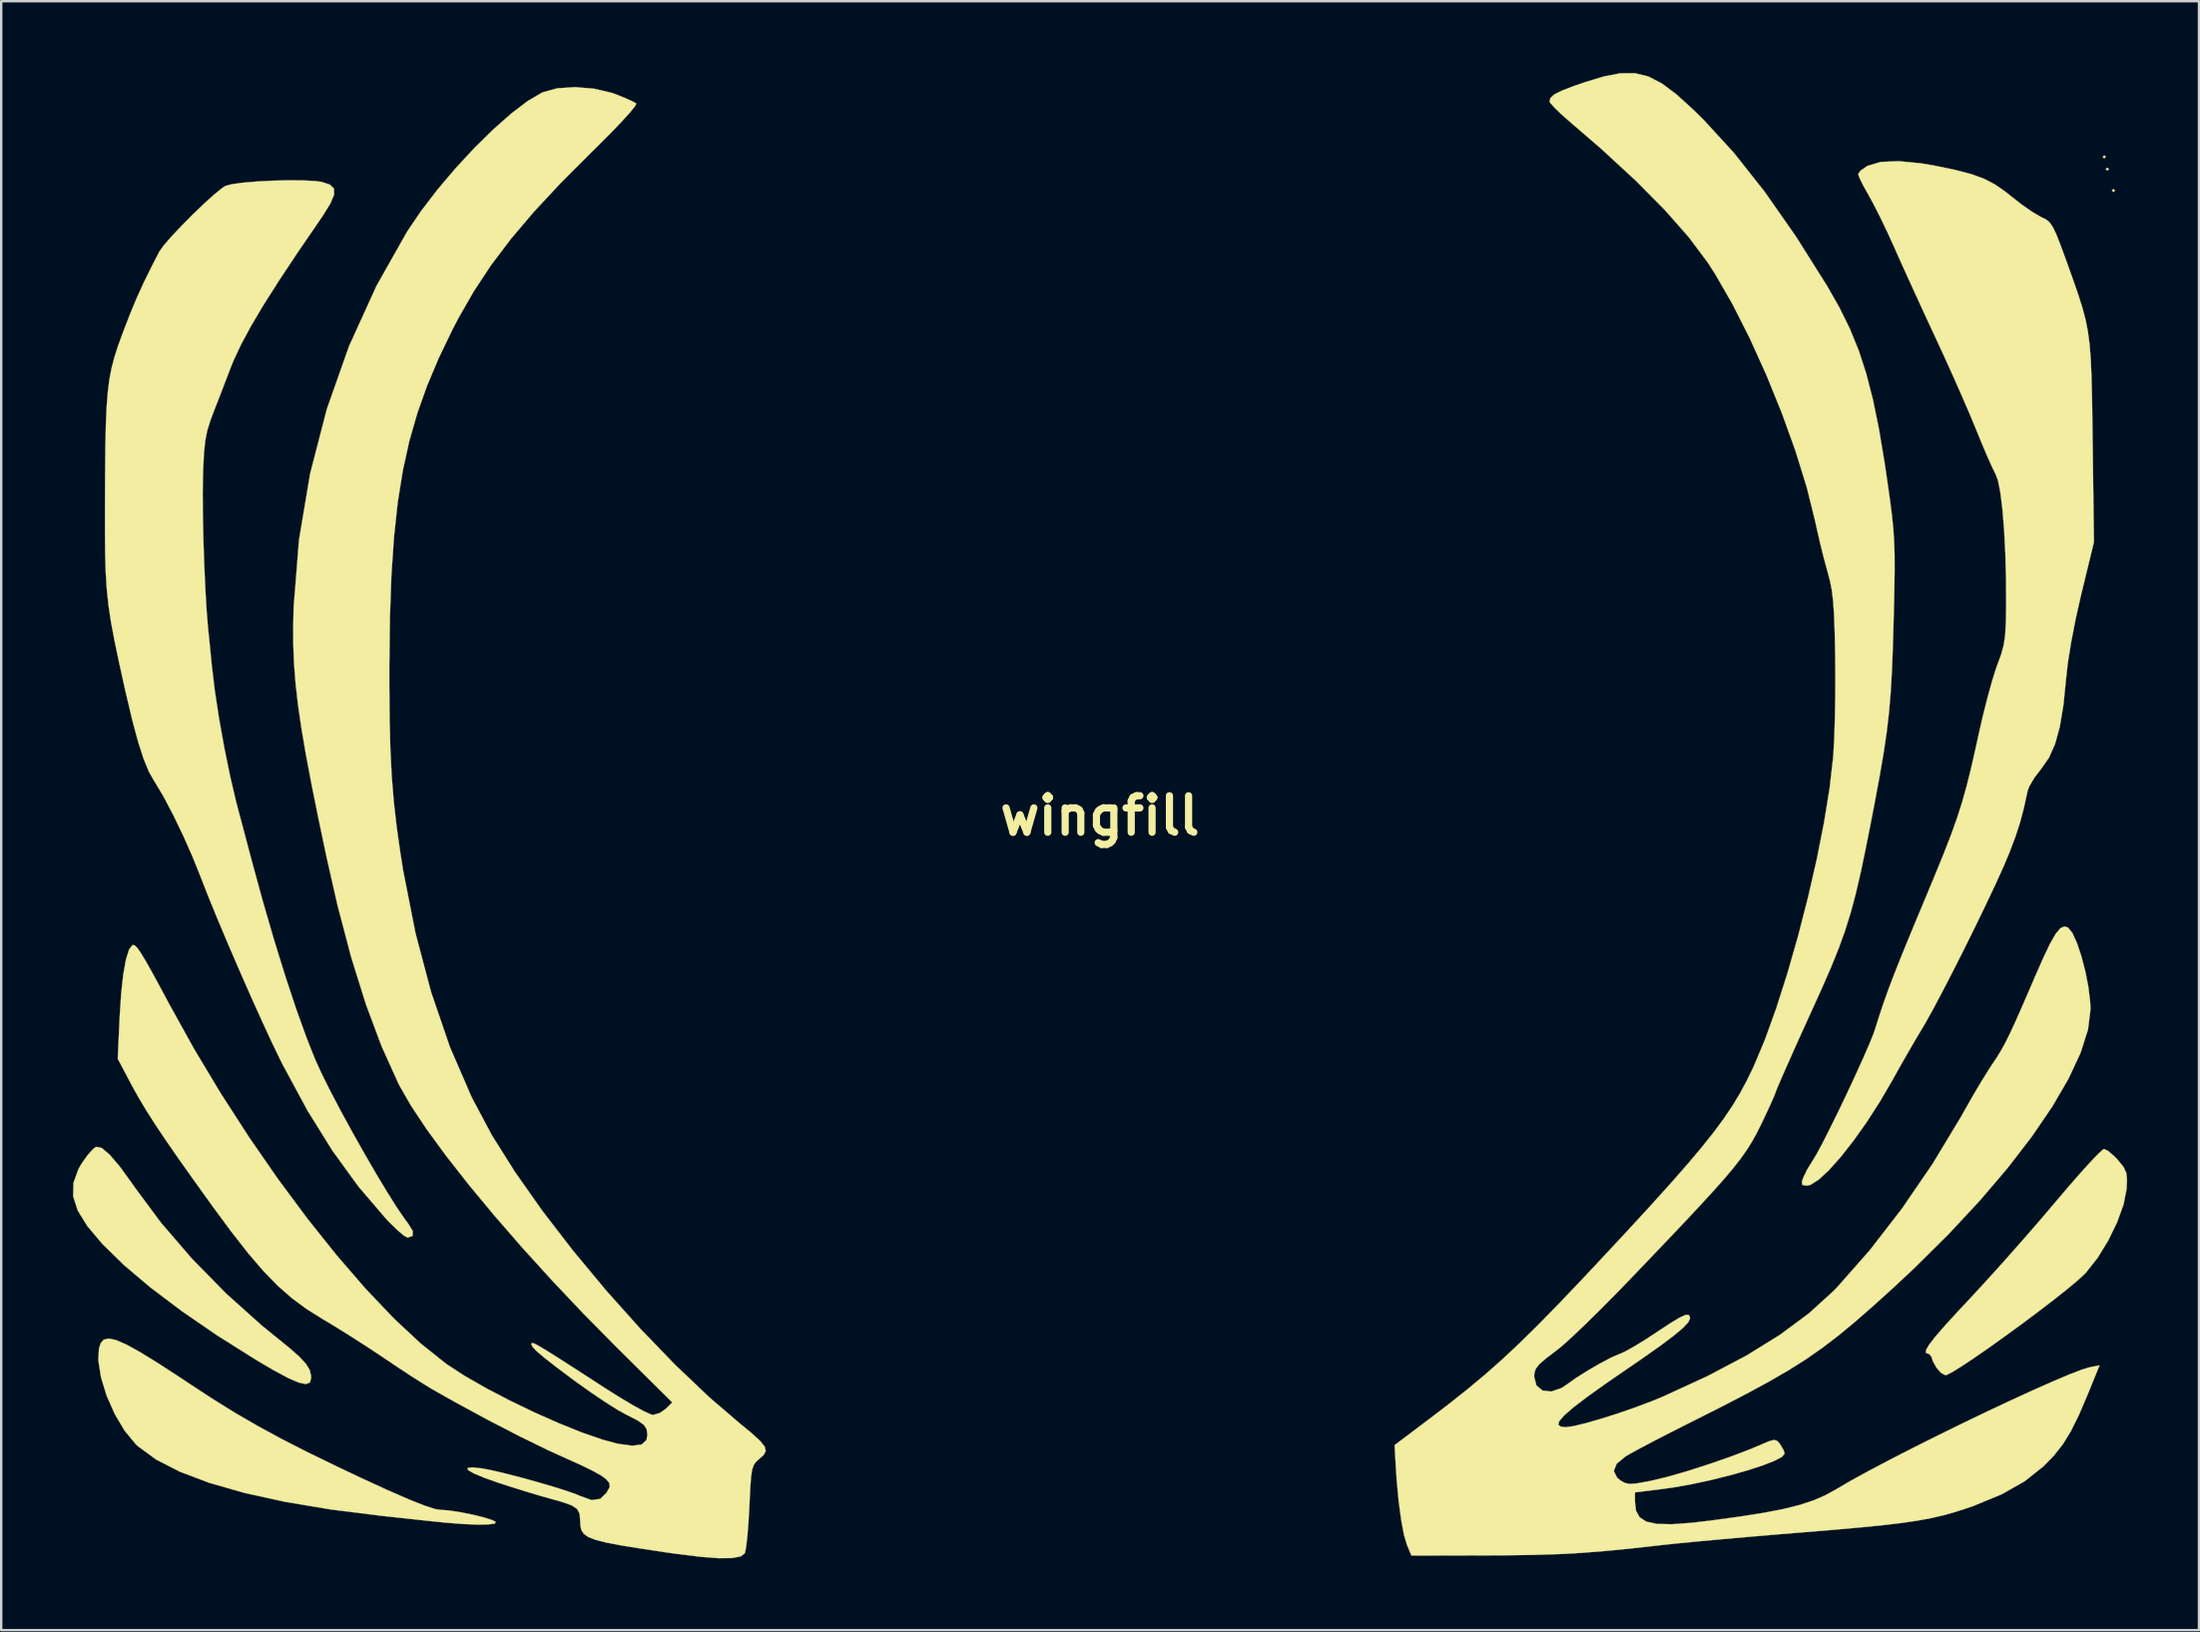
<source format=kicad_pcb>
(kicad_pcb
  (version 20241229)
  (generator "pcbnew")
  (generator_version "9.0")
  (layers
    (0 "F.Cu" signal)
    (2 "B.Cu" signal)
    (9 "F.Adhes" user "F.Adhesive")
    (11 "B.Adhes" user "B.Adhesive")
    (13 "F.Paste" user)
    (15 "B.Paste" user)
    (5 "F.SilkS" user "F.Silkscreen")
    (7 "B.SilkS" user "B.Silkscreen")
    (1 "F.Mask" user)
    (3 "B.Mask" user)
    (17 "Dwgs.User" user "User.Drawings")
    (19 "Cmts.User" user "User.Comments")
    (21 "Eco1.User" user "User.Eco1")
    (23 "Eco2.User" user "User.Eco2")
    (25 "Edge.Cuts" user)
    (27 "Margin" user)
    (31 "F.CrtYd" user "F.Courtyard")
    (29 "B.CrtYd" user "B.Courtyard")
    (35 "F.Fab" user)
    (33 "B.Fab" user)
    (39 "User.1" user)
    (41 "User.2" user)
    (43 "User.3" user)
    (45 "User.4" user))
  (footprint "wingfill"
    (layer "F.Cu")
    (at 42.87 31.006)
    (property "Reference" "wingfill" (at 0 0 0) (layer "F.SilkS") (effects (font (size 1.524 1.524) (thickness 0.3))))
    (attr through_hole)
    (fp_poly (pts (xy 41.993 -27.506) (xy 41.929 -27.442) (xy 41.865 -27.506) (xy 41.929 -27.57) (xy 41.993 -27.506)) (stroke (width 0.01) (type solid)) (fill yes) (layer "F.SilkS"))
    (fp_poly (pts (xy 42.121 -26.995) (xy 42.057 -26.932) (xy 41.993 -26.995) (xy 42.057 -27.059) (xy 42.121 -26.995)) (stroke (width 0.01) (type solid)) (fill yes) (layer "F.SilkS"))
    (fp_poly (pts (xy 42.376 -26.102) (xy 42.312 -26.038) (xy 42.248 -26.102) (xy 42.312 -26.166) (xy 42.376 -26.102)) (stroke (width 0.01) (type solid)) (fill yes) (layer "F.SilkS"))
    (fp_poly (pts (xy -41.675 13.87) (xy -41.341 14.151) (xy -40.904 14.665) (xy -40.365 15.411) (xy -40.299 15.508) (xy -39.196 16.996) (xy -37.905 18.495) (xy -36.484 19.945) (xy -34.989 21.285) (xy -34.436 21.735) (xy -33.837 22.22) (xy -33.416 22.592) (xy -33.146 22.885) (xy -32.995 23.132) (xy -32.936 23.369) (xy -32.931 23.477) (xy -32.982 23.663) (xy -33.147 23.728) (xy -33.446 23.666) (xy -33.897 23.472) (xy -34.518 23.138) (xy -35.238 22.713) (xy -36.857 21.694) (xy -38.33 20.682) (xy -39.635 19.698) (xy -40.747 18.758) (xy -41.641 17.882) (xy -41.649 17.874) (xy -42.271 17.136) (xy -42.673 16.485) (xy -42.865 15.891) (xy -42.853 15.324) (xy -42.646 14.753) (xy -42.504 14.508) (xy -42.254 14.158) (xy -42.021 13.902) (xy -41.907 13.822) (xy -41.675 13.87)) (stroke (width 0.01) (type solid)) (fill yes) (layer "F.SilkS"))
    (fp_poly (pts (xy 42.101 14.002) (xy 42.363 14.23) (xy 42.504 14.38) (xy 42.737 14.668) (xy 42.851 14.915) (xy 42.879 15.228) (xy 42.86 15.591) (xy 42.735 16.229) (xy 42.467 16.971) (xy 42.091 17.742) (xy 41.647 18.466) (xy 41.17 19.068) (xy 41.107 19.135) (xy 40.806 19.412) (xy 40.36 19.783) (xy 39.803 20.224) (xy 39.168 20.71) (xy 38.488 21.218) (xy 37.797 21.722) (xy 37.129 22.2) (xy 36.516 22.625) (xy 35.992 22.974) (xy 35.591 23.223) (xy 35.345 23.348) (xy 35.301 23.358) (xy 35.114 23.26) (xy 34.924 23.043) (xy 34.774 22.773) (xy 34.718 22.596) (xy 34.623 22.469) (xy 34.59 22.464) (xy 34.483 22.427) (xy 34.49 22.303) (xy 34.622 22.077) (xy 34.892 21.73) (xy 35.313 21.247) (xy 35.897 20.611) (xy 36.261 20.224) (xy 36.933 19.497) (xy 37.703 18.645) (xy 38.505 17.739) (xy 39.276 16.853) (xy 39.903 16.114) (xy 40.443 15.479) (xy 40.936 14.915) (xy 41.356 14.452) (xy 41.678 14.116) (xy 41.877 13.936) (xy 41.921 13.913) (xy 42.101 14.002)) (stroke (width 0.01) (type solid)) (fill yes) (layer "F.SilkS"))
    (fp_poly (pts (xy -41.081 21.89) (xy -40.665 22.068) (xy -40.114 22.37) (xy -39.407 22.802) (xy -38.525 23.373) (xy -37.972 23.74) (xy -37.012 24.367) (xy -36.095 24.936) (xy -35.171 25.472) (xy -34.193 26.004) (xy -33.111 26.557) (xy -31.876 27.159) (xy -30.84 27.649) (xy -29.746 28.152) (xy -28.864 28.537) (xy -28.196 28.802) (xy -27.747 28.947) (xy -27.57 28.975) (xy -27.183 29.005) (xy -26.696 29.079) (xy -26.182 29.181) (xy -25.714 29.296) (xy -25.366 29.407) (xy -25.223 29.483) (xy -25.262 29.55) (xy -25.518 29.587) (xy -25.957 29.595) (xy -26.541 29.573) (xy -27.236 29.521) (xy -27.697 29.475) (xy -28.261 29.415) (xy -28.962 29.339) (xy -29.685 29.261) (xy -29.995 29.228) (xy -32.11 28.963) (xy -34.015 28.645) (xy -35.705 28.275) (xy -37.172 27.855) (xy -38.409 27.388) (xy -39.408 26.876) (xy -40.164 26.32) (xy -40.251 26.238) (xy -40.715 25.677) (xy -41.129 24.98) (xy -41.468 24.213) (xy -41.704 23.444) (xy -41.814 22.738) (xy -41.79 22.255) (xy -41.716 22.018) (xy -41.587 21.873) (xy -41.382 21.827) (xy -41.081 21.89)) (stroke (width 0.01) (type solid)) (fill yes) (layer "F.SilkS"))
    (fp_poly (pts (xy -33.251 -26.524) (xy -32.748 -26.496) (xy -32.484 -26.459) (xy -32.152 -26.351) (xy -31.98 -26.187) (xy -31.97 -25.936) (xy -32.124 -25.566) (xy -32.444 -25.048) (xy -32.601 -24.818) (xy -33.521 -23.475) (xy -34.293 -22.31) (xy -34.932 -21.303) (xy -35.448 -20.432) (xy -35.855 -19.676) (xy -36.166 -19.014) (xy -36.318 -18.635) (xy -36.465 -18.247) (xy -36.669 -17.717) (xy -36.893 -17.142) (xy -36.961 -16.967) (xy -37.144 -16.48) (xy -37.27 -16.071) (xy -37.351 -15.663) (xy -37.402 -15.183) (xy -37.435 -14.555) (xy -37.446 -14.222) (xy -37.458 -13.483) (xy -37.451 -12.572) (xy -37.43 -11.557) (xy -37.395 -10.507) (xy -37.349 -9.49) (xy -37.295 -8.574) (xy -37.235 -7.829) (xy -37.219 -7.676) (xy -37.171 -7.215) (xy -37.114 -6.647) (xy -37.076 -6.254) (xy -36.955 -5.239) (xy -36.777 -4.072) (xy -36.557 -2.843) (xy -36.312 -1.645) (xy -36.059 -0.567) (xy -35.995 -0.323) (xy -35.852 0.213) (xy -35.674 0.883) (xy -35.491 1.574) (xy -35.418 1.851) (xy -34.956 3.543) (xy -34.483 5.17) (xy -34.01 6.696) (xy -33.551 8.081) (xy -33.116 9.288) (xy -32.764 10.174) (xy -32.495 10.762) (xy -32.132 11.49) (xy -31.699 12.314) (xy -31.221 13.191) (xy -30.722 14.078) (xy -30.227 14.931) (xy -29.76 15.707) (xy -29.347 16.363) (xy -29.011 16.854) (xy -28.885 17.019) (xy -28.687 17.337) (xy -28.695 17.542) (xy -28.904 17.614) (xy -29.063 17.526) (xy -29.341 17.29) (xy -29.686 16.952) (xy -29.813 16.816) (xy -30.961 15.473) (xy -32.043 13.98) (xy -33.085 12.304) (xy -34.108 10.41) (xy -34.208 10.211) (xy -34.557 9.491) (xy -34.974 8.59) (xy -35.435 7.567) (xy -35.915 6.477) (xy -36.389 5.379) (xy -36.832 4.329) (xy -37.218 3.385) (xy -37.524 2.603) (xy -37.537 2.569) (xy -37.878 1.72) (xy -38.271 0.833) (xy -38.684 -0.024) (xy -39.083 -0.784) (xy -39.438 -1.381) (xy -39.49 -1.459) (xy -39.71 -1.852) (xy -39.93 -2.389) (xy -40.157 -3.097) (xy -40.4 -4.002) (xy -40.667 -5.13) (xy -40.705 -5.297) (xy -40.946 -6.387) (xy -41.136 -7.291) (xy -41.281 -8.062) (xy -41.387 -8.757) (xy -41.459 -9.431) (xy -41.505 -10.138) (xy -41.529 -10.936) (xy -41.538 -11.878) (xy -41.537 -13.019) (xy -41.531 -14.332) (xy -41.52 -15.423) (xy -41.5 -16.324) (xy -41.468 -17.069) (xy -41.419 -17.69) (xy -41.352 -18.221) (xy -41.261 -18.693) (xy -41.144 -19.141) (xy -40.998 -19.597) (xy -40.818 -20.094) (xy -40.787 -20.177) (xy -40.487 -20.954) (xy -40.209 -21.623) (xy -39.912 -22.273) (xy -39.555 -22.995) (xy -39.267 -23.554) (xy -39.087 -23.807) (xy -38.763 -24.181) (xy -38.341 -24.629) (xy -37.871 -25.103) (xy -37.399 -25.556) (xy -36.973 -25.94) (xy -36.641 -26.209) (xy -36.514 -26.291) (xy -36.249 -26.364) (xy -35.79 -26.428) (xy -35.199 -26.478) (xy -34.538 -26.512) (xy -33.868 -26.528) (xy -33.251 -26.524)) (stroke (width 0.01) (type solid)) (fill yes) (layer "F.SilkS"))
    (fp_poly (pts (xy 34.285 -27.237) (xy 34.851 -27.14) (xy 35.715 -26.96) (xy 36.385 -26.785) (xy 36.918 -26.59) (xy 37.373 -26.352) (xy 37.81 -26.048) (xy 38.046 -25.858) (xy 38.492 -25.51) (xy 38.926 -25.208) (xy 39.265 -25.008) (xy 39.317 -24.984) (xy 39.496 -24.896) (xy 39.642 -24.778) (xy 39.776 -24.588) (xy 39.923 -24.285) (xy 40.103 -23.828) (xy 40.342 -23.176) (xy 40.378 -23.077) (xy 40.639 -22.347) (xy 40.851 -21.734) (xy 41.019 -21.2) (xy 41.149 -20.706) (xy 41.246 -20.214) (xy 41.316 -19.683) (xy 41.364 -19.077) (xy 41.396 -18.355) (xy 41.418 -17.48) (xy 41.434 -16.412) (xy 41.444 -15.636) (xy 41.498 -11.424) (xy 40.97 -9.254) (xy 40.739 -8.235) (xy 40.547 -7.247) (xy 40.406 -6.364) (xy 40.337 -5.744) (xy 40.224 -4.619) (xy 40.073 -3.713) (xy 39.874 -2.991) (xy 39.619 -2.419) (xy 39.302 -1.966) (xy 39.015 -1.592) (xy 38.804 -1.235) (xy 38.732 -1.046) (xy 38.569 -0.309) (xy 38.413 0.286) (xy 38.23 0.849) (xy 37.988 1.492) (xy 37.947 1.595) (xy 37.716 2.141) (xy 37.39 2.86) (xy 36.992 3.702) (xy 36.547 4.621) (xy 36.079 5.569) (xy 35.61 6.497) (xy 35.166 7.358) (xy 34.769 8.103) (xy 34.444 8.686) (xy 34.328 8.881) (xy 34.029 9.382) (xy 33.665 10.01) (xy 33.291 10.669) (xy 33.084 11.041) (xy 32.562 11.936) (xy 32.013 12.788) (xy 31.46 13.568) (xy 30.925 14.249) (xy 30.431 14.801) (xy 30 15.199) (xy 29.655 15.414) (xy 29.516 15.444) (xy 29.326 15.416) (xy 29.305 15.281) (xy 29.363 15.108) (xy 29.531 14.762) (xy 29.754 14.403) (xy 29.925 14.12) (xy 30.176 13.651) (xy 30.485 13.042) (xy 30.83 12.341) (xy 31.187 11.595) (xy 31.534 10.85) (xy 31.85 10.155) (xy 32.111 9.557) (xy 32.296 9.101) (xy 32.36 8.916) (xy 32.534 8.362) (xy 32.712 7.828) (xy 32.909 7.275) (xy 33.141 6.664) (xy 33.422 5.954) (xy 33.768 5.107) (xy 34.193 4.083) (xy 34.406 3.574) (xy 34.863 2.476) (xy 35.235 1.563) (xy 35.536 0.788) (xy 35.782 0.1) (xy 35.99 -0.548) (xy 36.175 -1.204) (xy 36.354 -1.918) (xy 36.542 -2.738) (xy 36.686 -3.397) (xy 36.864 -4.172) (xy 37.056 -4.934) (xy 37.245 -5.617) (xy 37.411 -6.15) (xy 37.478 -6.333) (xy 37.631 -6.752) (xy 37.732 -7.128) (xy 37.792 -7.536) (xy 37.823 -8.052) (xy 37.834 -8.743) (xy 37.829 -9.873) (xy 37.8 -10.946) (xy 37.749 -11.929) (xy 37.679 -12.787) (xy 37.593 -13.487) (xy 37.493 -13.994) (xy 37.401 -14.245) (xy 37.264 -14.519) (xy 37.062 -14.968) (xy 36.824 -15.527) (xy 36.588 -16.104) (xy 36.34 -16.702) (xy 36.012 -17.462) (xy 35.636 -18.314) (xy 35.241 -19.189) (xy 34.903 -19.92) (xy 34.514 -20.755) (xy 34.114 -21.626) (xy 33.732 -22.462) (xy 33.4 -23.196) (xy 33.175 -23.703) (xy 32.88 -24.351) (xy 32.57 -24.998) (xy 32.284 -25.56) (xy 32.1 -25.894) (xy 31.876 -26.295) (xy 31.716 -26.616) (xy 31.654 -26.79) (xy 31.654 -26.79) (xy 31.757 -26.932) (xy 32.01 -27.108) (xy 32.065 -27.138) (xy 32.599 -27.295) (xy 33.344 -27.328) (xy 34.285 -27.237)) (stroke (width 0.01) (type solid)) (fill yes) (layer "F.SilkS"))
    (fp_poly (pts (xy -21.125 -30.354) (xy -20.377 -30.179) (xy -20.231 -30.127) (xy -19.815 -29.96) (xy -19.496 -29.816) (xy -19.354 -29.734) (xy -19.409 -29.62) (xy -19.623 -29.357) (xy -19.974 -28.971) (xy -20.434 -28.491) (xy -20.981 -27.943) (xy -21.22 -27.708) (xy -22.519 -26.408) (xy -23.632 -25.213) (xy -24.587 -24.087) (xy -25.413 -22.995) (xy -26.135 -21.902) (xy -26.784 -20.772) (xy -27.032 -20.294) (xy -27.599 -19.116) (xy -28.084 -17.968) (xy -28.493 -16.822) (xy -28.831 -15.647) (xy -29.103 -14.413) (xy -29.315 -13.089) (xy -29.471 -11.645) (xy -29.579 -10.051) (xy -29.642 -8.276) (xy -29.666 -6.291) (xy -29.666 -5.425) (xy -29.654 -3.995) (xy -29.622 -2.758) (xy -29.566 -1.649) (xy -29.482 -0.606) (xy -29.364 0.435) (xy -29.208 1.536) (xy -29.087 2.297) (xy -28.574 4.903) (xy -27.922 7.363) (xy -27.137 9.655) (xy -26.227 11.757) (xy -25.385 13.338) (xy -24.416 14.878) (xy -23.272 16.503) (xy -21.99 18.167) (xy -20.613 19.823) (xy -19.179 21.426) (xy -17.729 22.928) (xy -16.303 24.283) (xy -15.073 25.338) (xy -14.535 25.782) (xy -14.182 26.106) (xy -13.994 26.342) (xy -13.952 26.524) (xy -14.038 26.686) (xy -14.204 26.837) (xy -14.347 26.961) (xy -14.447 27.095) (xy -14.516 27.285) (xy -14.562 27.578) (xy -14.596 28.022) (xy -14.628 28.663) (xy -14.636 28.846) (xy -14.673 29.501) (xy -14.719 30.076) (xy -14.769 30.517) (xy -14.818 30.769) (xy -14.828 30.793) (xy -15 30.924) (xy -15.359 30.992) (xy -15.918 30.997) (xy -16.692 30.938) (xy -17.693 30.814) (xy -18.125 30.753) (xy -19.168 30.596) (xy -19.987 30.464) (xy -20.607 30.346) (xy -21.056 30.232) (xy -21.362 30.112) (xy -21.552 29.976) (xy -21.653 29.813) (xy -21.692 29.614) (xy -21.698 29.427) (xy -21.722 29.144) (xy -21.824 28.945) (xy -22.051 28.792) (xy -22.449 28.65) (xy -22.847 28.539) (xy -23.328 28.404) (xy -23.955 28.216) (xy -24.633 28.005) (xy -25.049 27.87) (xy -25.688 27.646) (xy -26.134 27.46) (xy -26.376 27.319) (xy -26.404 27.232) (xy -26.208 27.206) (xy -25.815 27.246) (xy -25.403 27.324) (xy -24.839 27.457) (xy -24.183 27.626) (xy -23.495 27.816) (xy -22.836 28.009) (xy -22.267 28.187) (xy -21.848 28.335) (xy -21.69 28.404) (xy -21.22 28.572) (xy -20.862 28.521) (xy -20.6 28.269) (xy -20.464 28.025) (xy -20.483 27.86) (xy -20.607 27.705) (xy -20.818 27.549) (xy -21.2 27.335) (xy -21.686 27.099) (xy -21.932 26.99) (xy -23.005 26.504) (xy -24.234 25.904) (xy -25.563 25.217) (xy -26.937 24.471) (xy -27.889 23.934) (xy -28.25 23.714) (xy -28.753 23.394) (xy -29.328 23.016) (xy -29.867 22.653) (xy -30.538 22.207) (xy -31.288 21.726) (xy -32.011 21.276) (xy -32.451 21.013) (xy -33.118 20.595) (xy -33.732 20.143) (xy -34.324 19.623) (xy -34.924 19.007) (xy -35.563 18.261) (xy -36.27 17.356) (xy -37.04 16.312) (xy -37.824 15.221) (xy -38.475 14.303) (xy -39.011 13.528) (xy -39.453 12.867) (xy -39.821 12.289) (xy -40.135 11.764) (xy -40.414 11.261) (xy -40.478 11.141) (xy -41.004 10.147) (xy -40.925 8.424) (xy -40.862 7.44) (xy -40.773 6.624) (xy -40.66 5.998) (xy -40.53 5.582) (xy -40.385 5.398) (xy -40.379 5.396) (xy -40.3 5.411) (xy -40.191 5.516) (xy -40.036 5.737) (xy -39.819 6.097) (xy -39.525 6.621) (xy -39.14 7.333) (xy -38.864 7.85) (xy -37.818 9.736) (xy -36.699 11.6) (xy -35.524 13.419) (xy -34.313 15.169) (xy -33.083 16.825) (xy -31.854 18.364) (xy -30.643 19.763) (xy -29.469 20.996) (xy -28.35 22.04) (xy -27.306 22.872) (xy -27.257 22.907) (xy -26.52 23.387) (xy -25.63 23.897) (xy -24.642 24.413) (xy -23.607 24.912) (xy -22.579 25.367) (xy -21.611 25.756) (xy -20.755 26.052) (xy -20.111 26.223) (xy -19.518 26.302) (xy -19.13 26.25) (xy -18.93 26.062) (xy -18.892 25.848) (xy -18.921 25.618) (xy -19.034 25.436) (xy -19.282 25.257) (xy -19.71 25.035) (xy -19.784 24.999) (xy -20.144 24.799) (xy -20.647 24.482) (xy -21.234 24.086) (xy -21.847 23.651) (xy -22.033 23.515) (xy -22.704 23.011) (xy -23.188 22.634) (xy -23.507 22.364) (xy -23.683 22.181) (xy -23.738 22.065) (xy -23.717 22.015) (xy -23.672 22.014) (xy -23.563 22.06) (xy -23.368 22.168) (xy -23.064 22.352) (xy -22.63 22.625) (xy -22.042 23.002) (xy -21.278 23.496) (xy -20.668 23.892) (xy -20.063 24.274) (xy -19.514 24.601) (xy -19.065 24.848) (xy -18.758 24.991) (xy -18.658 25.017) (xy -18.364 24.93) (xy -18.117 24.755) (xy -17.855 24.492) (xy -20.197 22.17) (xy -21.555 20.795) (xy -22.867 19.409) (xy -24.115 18.034) (xy -25.281 16.693) (xy -26.348 15.407) (xy -27.296 14.198) (xy -28.108 13.088) (xy -28.765 12.099) (xy -29.25 11.253) (xy -29.29 11.173) (xy -29.989 9.623) (xy -30.641 7.88) (xy -31.252 5.928) (xy -31.826 3.751) (xy -32.285 1.733) (xy -32.63 0.091) (xy -32.918 -1.336) (xy -33.153 -2.578) (xy -33.338 -3.667) (xy -33.479 -4.635) (xy -33.579 -5.515) (xy -33.643 -6.336) (xy -33.675 -7.132) (xy -33.678 -7.933) (xy -33.659 -8.723) (xy -33.437 -11.513) (xy -32.974 -14.273) (xy -32.275 -16.977) (xy -31.348 -19.602) (xy -30.201 -22.123) (xy -28.928 -24.379) (xy -28.343 -25.244) (xy -27.657 -26.138) (xy -26.903 -27.028) (xy -26.115 -27.878) (xy -25.327 -28.653) (xy -24.571 -29.32) (xy -23.883 -29.843) (xy -23.295 -30.188) (xy -23.256 -30.206) (xy -22.653 -30.37) (xy -21.913 -30.419) (xy -21.125 -30.354)) (stroke (width 0.01) (type solid)) (fill yes) (layer "F.SilkS"))
    (fp_poly (pts (xy 22.892 -30.865) (xy 23.456 -30.574) (xy 24.068 -30.117) (xy 24.77 -29.479) (xy 25.212 -29.044) (xy 26.468 -27.674) (xy 27.75 -26.053) (xy 29.06 -24.179) (xy 30.358 -22.119) (xy 30.872 -21.216) (xy 31.308 -20.331) (xy 31.678 -19.424) (xy 31.995 -18.451) (xy 32.272 -17.37) (xy 32.524 -16.139) (xy 32.762 -14.714) (xy 32.871 -13.976) (xy 32.98 -13.202) (xy 33.063 -12.559) (xy 33.121 -11.995) (xy 33.157 -11.452) (xy 33.175 -10.877) (xy 33.177 -10.215) (xy 33.164 -9.409) (xy 33.141 -8.406) (xy 33.14 -8.36) (xy 33.105 -7.112) (xy 33.065 -6.06) (xy 33.012 -5.145) (xy 32.941 -4.307) (xy 32.846 -3.488) (xy 32.719 -2.628) (xy 32.554 -1.669) (xy 32.346 -0.55) (xy 32.228 0.064) (xy 31.981 1.315) (xy 31.762 2.364) (xy 31.554 3.26) (xy 31.342 4.052) (xy 31.112 4.791) (xy 30.847 5.525) (xy 30.533 6.303) (xy 30.153 7.176) (xy 29.703 8.169) (xy 29.377 8.885) (xy 29.06 9.587) (xy 28.77 10.238) (xy 28.523 10.797) (xy 28.337 11.226) (xy 28.228 11.486) (xy 28.208 11.546) (xy 28.158 11.681) (xy 28.024 11.985) (xy 27.835 12.397) (xy 27.801 12.471) (xy 27.602 12.889) (xy 27.414 13.262) (xy 27.221 13.61) (xy 27.006 13.954) (xy 26.751 14.314) (xy 26.441 14.711) (xy 26.058 15.165) (xy 25.585 15.696) (xy 25.007 16.325) (xy 24.306 17.073) (xy 23.465 17.958) (xy 22.467 19.003) (xy 22.218 19.263) (xy 21.544 19.959) (xy 20.884 20.624) (xy 20.272 21.226) (xy 19.74 21.733) (xy 19.321 22.112) (xy 19.082 22.308) (xy 18.628 22.652) (xy 18.345 22.898) (xy 18.194 23.093) (xy 18.136 23.284) (xy 18.129 23.422) (xy 18.225 23.788) (xy 18.481 23.997) (xy 18.846 24.038) (xy 19.267 23.896) (xy 19.483 23.753) (xy 19.87 23.478) (xy 20.359 23.169) (xy 20.874 22.87) (xy 21.34 22.623) (xy 21.683 22.474) (xy 21.716 22.463) (xy 21.959 22.352) (xy 22.351 22.129) (xy 22.833 21.832) (xy 23.211 21.584) (xy 23.787 21.203) (xy 24.188 20.96) (xy 24.442 20.842) (xy 24.58 20.837) (xy 24.631 20.932) (xy 24.634 20.988) (xy 24.565 21.146) (xy 24.347 21.379) (xy 23.965 21.7) (xy 23.404 22.122) (xy 22.649 22.655) (xy 22.081 23.045) (xy 21.106 23.716) (xy 20.339 24.265) (xy 19.768 24.7) (xy 19.385 25.033) (xy 19.178 25.272) (xy 19.137 25.427) (xy 19.251 25.509) (xy 19.448 25.528) (xy 19.773 25.483) (xy 20.281 25.361) (xy 20.917 25.179) (xy 21.626 24.953) (xy 22.354 24.701) (xy 23.047 24.44) (xy 23.508 24.25) (xy 25.363 23.396) (xy 26.982 22.542) (xy 28.384 21.675) (xy 29.587 20.784) (xy 30.611 19.856) (xy 30.773 19.689) (xy 32.14 18.14) (xy 33.488 16.396) (xy 34.772 14.518) (xy 35.95 12.566) (xy 36.111 12.279) (xy 36.449 11.685) (xy 36.807 11.082) (xy 37.13 10.564) (xy 37.262 10.364) (xy 37.458 10.069) (xy 37.636 9.777) (xy 37.814 9.451) (xy 38.01 9.054) (xy 38.243 8.547) (xy 38.532 7.894) (xy 38.894 7.057) (xy 39.047 6.701) (xy 39.4 5.899) (xy 39.682 5.313) (xy 39.909 4.921) (xy 40.097 4.698) (xy 40.262 4.622) (xy 40.414 4.666) (xy 40.595 4.889) (xy 40.787 5.307) (xy 40.973 5.862) (xy 41.139 6.497) (xy 41.267 7.153) (xy 41.342 7.771) (xy 41.355 8.09) (xy 41.25 8.931) (xy 40.942 9.896) (xy 40.442 10.971) (xy 39.761 12.141) (xy 38.909 13.39) (xy 37.897 14.704) (xy 36.736 16.066) (xy 35.436 17.463) (xy 34.008 18.879) (xy 33.111 19.717) (xy 32.27 20.477) (xy 31.523 21.13) (xy 30.834 21.7) (xy 30.168 22.209) (xy 29.489 22.683) (xy 28.761 23.144) (xy 27.947 23.616) (xy 27.013 24.122) (xy 25.922 24.688) (xy 24.639 25.335) (xy 24.52 25.394) (xy 23.813 25.752) (xy 23.15 26.093) (xy 22.58 26.393) (xy 22.151 26.626) (xy 21.936 26.752) (xy 21.57 27.059) (xy 21.454 27.356) (xy 21.588 27.635) (xy 21.747 27.763) (xy 21.923 27.858) (xy 22.119 27.896) (xy 22.403 27.876) (xy 22.843 27.798) (xy 23.055 27.755) (xy 23.718 27.594) (xy 24.535 27.358) (xy 25.427 27.072) (xy 26.314 26.764) (xy 27.116 26.459) (xy 27.537 26.283) (xy 27.918 26.121) (xy 28.137 26.059) (xy 28.268 26.094) (xy 28.383 26.221) (xy 28.395 26.236) (xy 28.544 26.489) (xy 28.587 26.635) (xy 28.471 26.77) (xy 28.144 26.939) (xy 27.645 27.132) (xy 27.013 27.336) (xy 26.29 27.54) (xy 25.513 27.734) (xy 24.724 27.904) (xy 23.96 28.041) (xy 23.517 28.103) (xy 22.337 28.249) (xy 22.337 28.651) (xy 22.382 29.021) (xy 22.533 29.292) (xy 22.816 29.472) (xy 23.253 29.566) (xy 23.871 29.581) (xy 24.692 29.521) (xy 25.481 29.429) (xy 26.707 29.261) (xy 27.714 29.102) (xy 28.539 28.943) (xy 29.218 28.773) (xy 29.788 28.585) (xy 30.284 28.369) (xy 30.743 28.117) (xy 30.761 28.105) (xy 31.355 27.759) (xy 32.102 27.349) (xy 32.969 26.892) (xy 33.926 26.401) (xy 34.94 25.894) (xy 35.98 25.383) (xy 37.014 24.886) (xy 38.011 24.417) (xy 38.94 23.991) (xy 39.768 23.624) (xy 40.464 23.33) (xy 40.996 23.125) (xy 41.328 23.025) (xy 41.733 22.944) (xy 41.241 24.154) (xy 40.869 25.024) (xy 40.531 25.705) (xy 40.192 26.254) (xy 39.817 26.726) (xy 39.394 27.159) (xy 38.61 27.783) (xy 37.649 28.328) (xy 36.479 28.812) (xy 36.17 28.919) (xy 35.682 29.075) (xy 35.203 29.209) (xy 34.7 29.325) (xy 34.141 29.428) (xy 33.493 29.524) (xy 32.723 29.615) (xy 31.799 29.708) (xy 30.688 29.807) (xy 29.358 29.917) (xy 29.229 29.927) (xy 28.127 30.017) (xy 27.02 30.112) (xy 25.956 30.206) (xy 24.985 30.295) (xy 24.155 30.375) (xy 23.514 30.442) (xy 23.358 30.46) (xy 22.136 30.596) (xy 21.074 30.7) (xy 20.099 30.776) (xy 19.139 30.828) (xy 18.12 30.86) (xy 16.97 30.877) (xy 16.044 30.881) (xy 13.006 30.888) (xy 12.815 30.432) (xy 12.693 30.018) (xy 12.577 29.398) (xy 12.473 28.619) (xy 12.389 27.73) (xy 12.347 27.083) (xy 12.302 26.277) (xy 13.714 25.213) (xy 14.587 24.546) (xy 15.374 23.92) (xy 16.11 23.305) (xy 16.827 22.669) (xy 17.558 21.983) (xy 18.339 21.213) (xy 19.2 20.331) (xy 20.178 19.303) (xy 20.78 18.661) (xy 21.94 17.417) (xy 22.937 16.334) (xy 23.787 15.393) (xy 24.508 14.573) (xy 25.114 13.854) (xy 25.623 13.216) (xy 26.051 12.637) (xy 26.413 12.098) (xy 26.727 11.578) (xy 27.007 11.057) (xy 27.271 10.515) (xy 27.292 10.47) (xy 27.761 9.355) (xy 28.236 8.038) (xy 28.704 6.571) (xy 29.152 5.007) (xy 29.565 3.398) (xy 29.931 1.796) (xy 30.236 0.253) (xy 30.467 -1.177) (xy 30.611 -2.443) (xy 30.62 -2.557) (xy 30.657 -3.216) (xy 30.683 -4.053) (xy 30.7 -4.989) (xy 30.703 -5.948) (xy 30.696 -6.701) (xy 30.677 -7.638) (xy 30.65 -8.366) (xy 30.613 -8.932) (xy 30.56 -9.384) (xy 30.488 -9.768) (xy 30.393 -10.131) (xy 30.389 -10.145) (xy 30.241 -10.682) (xy 30.073 -11.355) (xy 29.913 -12.05) (xy 29.856 -12.315) (xy 29.511 -13.705) (xy 29.041 -15.221) (xy 28.472 -16.803) (xy 27.826 -18.393) (xy 27.13 -19.932) (xy 26.406 -21.362) (xy 25.68 -22.623) (xy 25.364 -23.111) (xy 24.589 -24.147) (xy 23.588 -25.284) (xy 22.368 -26.515) (xy 20.937 -27.835) (xy 19.69 -28.91) (xy 19.291 -29.259) (xy 18.979 -29.559) (xy 18.798 -29.765) (xy 18.771 -29.82) (xy 18.809 -29.967) (xy 18.965 -30.11) (xy 19.273 -30.267) (xy 19.767 -30.459) (xy 20.255 -30.627) (xy 21.056 -30.869) (xy 21.734 -30.998) (xy 22.332 -31.001) (xy 22.892 -30.865)) (stroke (width 0.01) (type solid)) (fill yes) (layer "F.SilkS")))
  (gr_rect
    (start -3 -3)
    (end 88.754 65.008)
    (stroke (width 0.1) (type default))
    (fill no)
    (layer "Edge.Cuts")))
</source>
